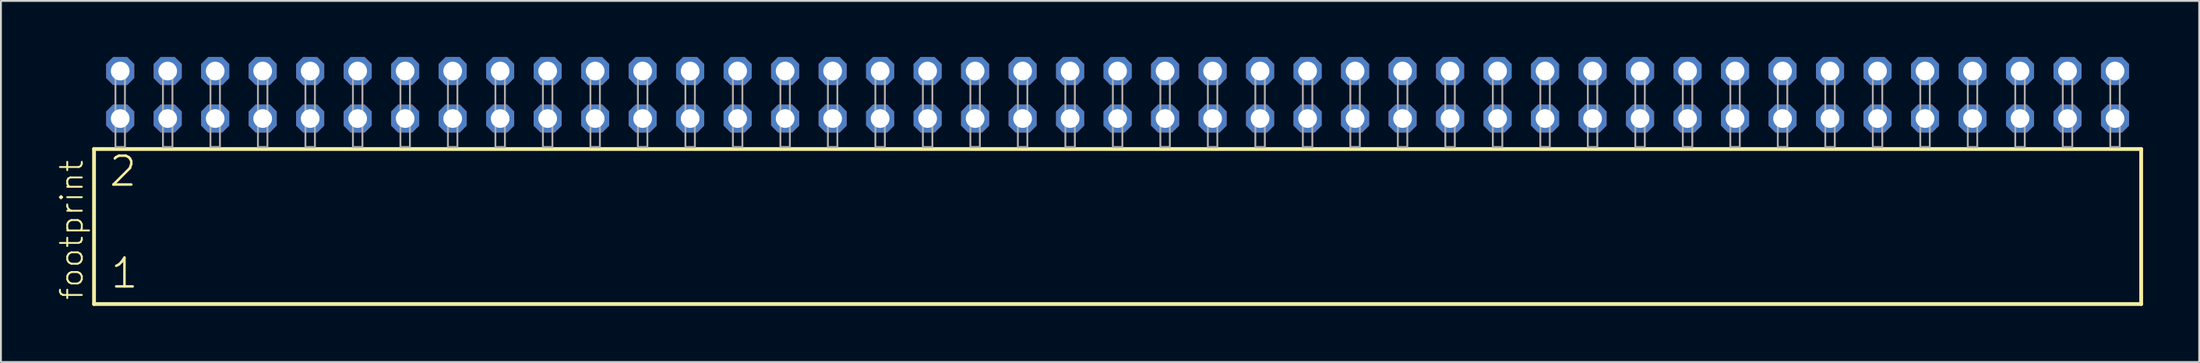
<source format=kicad_pcb>
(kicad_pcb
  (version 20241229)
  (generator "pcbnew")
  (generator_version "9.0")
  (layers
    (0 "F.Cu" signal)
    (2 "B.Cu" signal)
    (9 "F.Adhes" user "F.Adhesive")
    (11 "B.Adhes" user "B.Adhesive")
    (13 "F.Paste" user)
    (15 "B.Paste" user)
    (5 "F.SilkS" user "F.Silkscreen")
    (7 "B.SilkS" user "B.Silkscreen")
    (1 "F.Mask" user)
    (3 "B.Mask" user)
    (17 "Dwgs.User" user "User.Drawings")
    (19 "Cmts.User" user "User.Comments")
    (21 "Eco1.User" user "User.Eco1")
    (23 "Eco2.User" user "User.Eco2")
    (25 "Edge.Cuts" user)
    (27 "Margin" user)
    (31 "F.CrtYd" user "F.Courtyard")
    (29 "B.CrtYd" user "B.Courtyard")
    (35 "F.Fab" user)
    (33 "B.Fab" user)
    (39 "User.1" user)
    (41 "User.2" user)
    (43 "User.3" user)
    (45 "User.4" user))
  (footprint "footprint"
    (layer "F.Cu")
    (at 56.718 4.814)
    (property "Reference" "footprint" (at -55.245 8.255 90) (layer "F.SilkS") (effects (font (size 1.168 1.168) (thickness 0.102)) (justify left bottom)))
    (fp_line (start -54.739 0.106) (end -54.739 8.396) (stroke (width 0.203) (type solid)) (layer "F.SilkS"))
    (fp_line (start -54.739 8.396) (end 54.739 8.396) (stroke (width 0.203) (type solid)) (layer "F.SilkS"))
    (fp_line (start 54.739 0.106) (end -54.739 0.106) (stroke (width 0.203) (type solid)) (layer "F.SilkS"))
    (fp_line (start 54.739 8.396) (end 54.739 0.106) (stroke (width 0.203) (type solid)) (layer "F.SilkS"))
    (fp_poly (pts (xy -53.594 0) (xy -53.086 0) (xy -53.086 -4.318) (xy -53.594 -4.318)) (stroke (width 0.1) (type solid)) (fill no) (layer "F.Fab"))
    (fp_poly (pts (xy -51.054 0) (xy -50.546 0) (xy -50.546 -4.318) (xy -51.054 -4.318)) (stroke (width 0.1) (type solid)) (fill no) (layer "F.Fab"))
    (fp_poly (pts (xy -48.514 0) (xy -48.006 0) (xy -48.006 -4.318) (xy -48.514 -4.318)) (stroke (width 0.1) (type solid)) (fill no) (layer "F.Fab"))
    (fp_poly (pts (xy -45.974 0) (xy -45.466 0) (xy -45.466 -4.318) (xy -45.974 -4.318)) (stroke (width 0.1) (type solid)) (fill no) (layer "F.Fab"))
    (fp_poly (pts (xy -43.434 0) (xy -42.926 0) (xy -42.926 -4.318) (xy -43.434 -4.318)) (stroke (width 0.1) (type solid)) (fill no) (layer "F.Fab"))
    (fp_poly (pts (xy -40.894 0) (xy -40.386 0) (xy -40.386 -4.318) (xy -40.894 -4.318)) (stroke (width 0.1) (type solid)) (fill no) (layer "F.Fab"))
    (fp_poly (pts (xy -38.354 0) (xy -37.846 0) (xy -37.846 -4.318) (xy -38.354 -4.318)) (stroke (width 0.1) (type solid)) (fill no) (layer "F.Fab"))
    (fp_poly (pts (xy -35.814 0) (xy -35.306 0) (xy -35.306 -4.318) (xy -35.814 -4.318)) (stroke (width 0.1) (type solid)) (fill no) (layer "F.Fab"))
    (fp_poly (pts (xy -33.274 0) (xy -32.766 0) (xy -32.766 -4.318) (xy -33.274 -4.318)) (stroke (width 0.1) (type solid)) (fill no) (layer "F.Fab"))
    (fp_poly (pts (xy -30.734 0) (xy -30.226 0) (xy -30.226 -4.318) (xy -30.734 -4.318)) (stroke (width 0.1) (type solid)) (fill no) (layer "F.Fab"))
    (fp_poly (pts (xy -28.194 0) (xy -27.686 0) (xy -27.686 -4.318) (xy -28.194 -4.318)) (stroke (width 0.1) (type solid)) (fill no) (layer "F.Fab"))
    (fp_poly (pts (xy -25.654 0) (xy -25.146 0) (xy -25.146 -4.318) (xy -25.654 -4.318)) (stroke (width 0.1) (type solid)) (fill no) (layer "F.Fab"))
    (fp_poly (pts (xy -23.114 0) (xy -22.606 0) (xy -22.606 -4.318) (xy -23.114 -4.318)) (stroke (width 0.1) (type solid)) (fill no) (layer "F.Fab"))
    (fp_poly (pts (xy -20.574 0) (xy -20.066 0) (xy -20.066 -4.318) (xy -20.574 -4.318)) (stroke (width 0.1) (type solid)) (fill no) (layer "F.Fab"))
    (fp_poly (pts (xy -18.034 0) (xy -17.526 0) (xy -17.526 -4.318) (xy -18.034 -4.318)) (stroke (width 0.1) (type solid)) (fill no) (layer "F.Fab"))
    (fp_poly (pts (xy -15.494 0) (xy -14.986 0) (xy -14.986 -4.318) (xy -15.494 -4.318)) (stroke (width 0.1) (type solid)) (fill no) (layer "F.Fab"))
    (fp_poly (pts (xy -12.954 0) (xy -12.446 0) (xy -12.446 -4.318) (xy -12.954 -4.318)) (stroke (width 0.1) (type solid)) (fill no) (layer "F.Fab"))
    (fp_poly (pts (xy -10.414 0) (xy -9.906 0) (xy -9.906 -4.318) (xy -10.414 -4.318)) (stroke (width 0.1) (type solid)) (fill no) (layer "F.Fab"))
    (fp_poly (pts (xy -7.874 0) (xy -7.366 0) (xy -7.366 -4.318) (xy -7.874 -4.318)) (stroke (width 0.1) (type solid)) (fill no) (layer "F.Fab"))
    (fp_poly (pts (xy -5.334 0) (xy -4.826 0) (xy -4.826 -4.318) (xy -5.334 -4.318)) (stroke (width 0.1) (type solid)) (fill no) (layer "F.Fab"))
    (fp_poly (pts (xy -2.794 0) (xy -2.286 0) (xy -2.286 -4.318) (xy -2.794 -4.318)) (stroke (width 0.1) (type solid)) (fill no) (layer "F.Fab"))
    (fp_poly (pts (xy -0.254 0) (xy 0.254 0) (xy 0.254 -4.318) (xy -0.254 -4.318)) (stroke (width 0.1) (type solid)) (fill no) (layer "F.Fab"))
    (fp_poly (pts (xy 2.286 0) (xy 2.794 0) (xy 2.794 -4.318) (xy 2.286 -4.318)) (stroke (width 0.1) (type solid)) (fill no) (layer "F.Fab"))
    (fp_poly (pts (xy 4.826 0) (xy 5.334 0) (xy 5.334 -4.318) (xy 4.826 -4.318)) (stroke (width 0.1) (type solid)) (fill no) (layer "F.Fab"))
    (fp_poly (pts (xy 7.366 0) (xy 7.874 0) (xy 7.874 -4.318) (xy 7.366 -4.318)) (stroke (width 0.1) (type solid)) (fill no) (layer "F.Fab"))
    (fp_poly (pts (xy 9.906 0) (xy 10.414 0) (xy 10.414 -4.318) (xy 9.906 -4.318)) (stroke (width 0.1) (type solid)) (fill no) (layer "F.Fab"))
    (fp_poly (pts (xy 12.446 0) (xy 12.954 0) (xy 12.954 -4.318) (xy 12.446 -4.318)) (stroke (width 0.1) (type solid)) (fill no) (layer "F.Fab"))
    (fp_poly (pts (xy 14.986 0) (xy 15.494 0) (xy 15.494 -4.318) (xy 14.986 -4.318)) (stroke (width 0.1) (type solid)) (fill no) (layer "F.Fab"))
    (fp_poly (pts (xy 17.526 0) (xy 18.034 0) (xy 18.034 -4.318) (xy 17.526 -4.318)) (stroke (width 0.1) (type solid)) (fill no) (layer "F.Fab"))
    (fp_poly (pts (xy 20.066 0) (xy 20.574 0) (xy 20.574 -4.318) (xy 20.066 -4.318)) (stroke (width 0.1) (type solid)) (fill no) (layer "F.Fab"))
    (fp_poly (pts (xy 22.606 0) (xy 23.114 0) (xy 23.114 -4.318) (xy 22.606 -4.318)) (stroke (width 0.1) (type solid)) (fill no) (layer "F.Fab"))
    (fp_poly (pts (xy 25.146 0) (xy 25.654 0) (xy 25.654 -4.318) (xy 25.146 -4.318)) (stroke (width 0.1) (type solid)) (fill no) (layer "F.Fab"))
    (fp_poly (pts (xy 27.686 0) (xy 28.194 0) (xy 28.194 -4.318) (xy 27.686 -4.318)) (stroke (width 0.1) (type solid)) (fill no) (layer "F.Fab"))
    (fp_poly (pts (xy 30.226 0) (xy 30.734 0) (xy 30.734 -4.318) (xy 30.226 -4.318)) (stroke (width 0.1) (type solid)) (fill no) (layer "F.Fab"))
    (fp_poly (pts (xy 32.766 0) (xy 33.274 0) (xy 33.274 -4.318) (xy 32.766 -4.318)) (stroke (width 0.1) (type solid)) (fill no) (layer "F.Fab"))
    (fp_poly (pts (xy 35.306 0) (xy 35.814 0) (xy 35.814 -4.318) (xy 35.306 -4.318)) (stroke (width 0.1) (type solid)) (fill no) (layer "F.Fab"))
    (fp_poly (pts (xy 37.846 0) (xy 38.354 0) (xy 38.354 -4.318) (xy 37.846 -4.318)) (stroke (width 0.1) (type solid)) (fill no) (layer "F.Fab"))
    (fp_poly (pts (xy 40.386 0) (xy 40.894 0) (xy 40.894 -4.318) (xy 40.386 -4.318)) (stroke (width 0.1) (type solid)) (fill no) (layer "F.Fab"))
    (fp_poly (pts (xy 42.926 0) (xy 43.434 0) (xy 43.434 -4.318) (xy 42.926 -4.318)) (stroke (width 0.1) (type solid)) (fill no) (layer "F.Fab"))
    (fp_poly (pts (xy 45.466 0) (xy 45.974 0) (xy 45.974 -4.318) (xy 45.466 -4.318)) (stroke (width 0.1) (type solid)) (fill no) (layer "F.Fab"))
    (fp_poly (pts (xy 48.006 0) (xy 48.514 0) (xy 48.514 -4.318) (xy 48.006 -4.318)) (stroke (width 0.1) (type solid)) (fill no) (layer "F.Fab"))
    (fp_poly (pts (xy 50.546 0) (xy 51.054 0) (xy 51.054 -4.318) (xy 50.546 -4.318)) (stroke (width 0.1) (type solid)) (fill no) (layer "F.Fab"))
    (fp_poly (pts (xy 53.086 0) (xy 53.594 0) (xy 53.594 -4.318) (xy 53.086 -4.318)) (stroke (width 0.1) (type solid)) (fill no) (layer "F.Fab"))
    (fp_text user "2" (at -54.01 2.2 0) (layer "F.SilkS") (effects (font (size 1.542 1.542) (thickness 0.134)) (justify left bottom)))
    (fp_text user "1" (at -53.935 7.65 0) (layer "F.SilkS") (effects (font (size 1.542 1.542) (thickness 0.134)) (justify left bottom)))
    (pad "1" thru_hole roundrect (at -53.34 -1.524) (size 1.5 1.5) (drill 1) (layers "*.Cu" "*.Mask") (roundrect_rratio 0.25) (chamfer_ratio 0.25) (chamfer top_left top_right bottom_left bottom_right))
    (pad "2" thru_hole roundrect (at -53.34 -4.064) (size 1.5 1.5) (drill 1) (layers "*.Cu" "*.Mask") (roundrect_rratio 0.25) (chamfer_ratio 0.25) (chamfer top_left top_right bottom_left bottom_right))
    (pad "3" thru_hole roundrect (at -50.8 -1.524) (size 1.5 1.5) (drill 1) (layers "*.Cu" "*.Mask") (roundrect_rratio 0.25) (chamfer_ratio 0.25) (chamfer top_left top_right bottom_left bottom_right))
    (pad "4" thru_hole roundrect (at -50.8 -4.064) (size 1.5 1.5) (drill 1) (layers "*.Cu" "*.Mask") (roundrect_rratio 0.25) (chamfer_ratio 0.25) (chamfer top_left top_right bottom_left bottom_right))
    (pad "5" thru_hole roundrect (at -48.26 -1.524) (size 1.5 1.5) (drill 1) (layers "*.Cu" "*.Mask") (roundrect_rratio 0.25) (chamfer_ratio 0.25) (chamfer top_left top_right bottom_left bottom_right))
    (pad "6" thru_hole roundrect (at -48.26 -4.064) (size 1.5 1.5) (drill 1) (layers "*.Cu" "*.Mask") (roundrect_rratio 0.25) (chamfer_ratio 0.25) (chamfer top_left top_right bottom_left bottom_right))
    (pad "7" thru_hole roundrect (at -45.72 -1.524) (size 1.5 1.5) (drill 1) (layers "*.Cu" "*.Mask") (roundrect_rratio 0.25) (chamfer_ratio 0.25) (chamfer top_left top_right bottom_left bottom_right))
    (pad "8" thru_hole roundrect (at -45.72 -4.064) (size 1.5 1.5) (drill 1) (layers "*.Cu" "*.Mask") (roundrect_rratio 0.25) (chamfer_ratio 0.25) (chamfer top_left top_right bottom_left bottom_right))
    (pad "9" thru_hole roundrect (at -43.18 -1.524) (size 1.5 1.5) (drill 1) (layers "*.Cu" "*.Mask") (roundrect_rratio 0.25) (chamfer_ratio 0.25) (chamfer top_left top_right bottom_left bottom_right))
    (pad "10" thru_hole roundrect (at -43.18 -4.064) (size 1.5 1.5) (drill 1) (layers "*.Cu" "*.Mask") (roundrect_rratio 0.25) (chamfer_ratio 0.25) (chamfer top_left top_right bottom_left bottom_right))
    (pad "11" thru_hole roundrect (at -40.64 -1.524) (size 1.5 1.5) (drill 1) (layers "*.Cu" "*.Mask") (roundrect_rratio 0.25) (chamfer_ratio 0.25) (chamfer top_left top_right bottom_left bottom_right))
    (pad "12" thru_hole roundrect (at -40.64 -4.064) (size 1.5 1.5) (drill 1) (layers "*.Cu" "*.Mask") (roundrect_rratio 0.25) (chamfer_ratio 0.25) (chamfer top_left top_right bottom_left bottom_right))
    (pad "13" thru_hole roundrect (at -38.1 -1.524) (size 1.5 1.5) (drill 1) (layers "*.Cu" "*.Mask") (roundrect_rratio 0.25) (chamfer_ratio 0.25) (chamfer top_left top_right bottom_left bottom_right))
    (pad "14" thru_hole roundrect (at -38.1 -4.064) (size 1.5 1.5) (drill 1) (layers "*.Cu" "*.Mask") (roundrect_rratio 0.25) (chamfer_ratio 0.25) (chamfer top_left top_right bottom_left bottom_right))
    (pad "15" thru_hole roundrect (at -35.56 -1.524) (size 1.5 1.5) (drill 1) (layers "*.Cu" "*.Mask") (roundrect_rratio 0.25) (chamfer_ratio 0.25) (chamfer top_left top_right bottom_left bottom_right))
    (pad "16" thru_hole roundrect (at -35.56 -4.064) (size 1.5 1.5) (drill 1) (layers "*.Cu" "*.Mask") (roundrect_rratio 0.25) (chamfer_ratio 0.25) (chamfer top_left top_right bottom_left bottom_right))
    (pad "17" thru_hole roundrect (at -33.02 -1.524) (size 1.5 1.5) (drill 1) (layers "*.Cu" "*.Mask") (roundrect_rratio 0.25) (chamfer_ratio 0.25) (chamfer top_left top_right bottom_left bottom_right))
    (pad "18" thru_hole roundrect (at -33.02 -4.064) (size 1.5 1.5) (drill 1) (layers "*.Cu" "*.Mask") (roundrect_rratio 0.25) (chamfer_ratio 0.25) (chamfer top_left top_right bottom_left bottom_right))
    (pad "19" thru_hole roundrect (at -30.48 -1.524) (size 1.5 1.5) (drill 1) (layers "*.Cu" "*.Mask") (roundrect_rratio 0.25) (chamfer_ratio 0.25) (chamfer top_left top_right bottom_left bottom_right))
    (pad "20" thru_hole roundrect (at -30.48 -4.064) (size 1.5 1.5) (drill 1) (layers "*.Cu" "*.Mask") (roundrect_rratio 0.25) (chamfer_ratio 0.25) (chamfer top_left top_right bottom_left bottom_right))
    (pad "21" thru_hole roundrect (at -27.94 -1.524) (size 1.5 1.5) (drill 1) (layers "*.Cu" "*.Mask") (roundrect_rratio 0.25) (chamfer_ratio 0.25) (chamfer top_left top_right bottom_left bottom_right))
    (pad "22" thru_hole roundrect (at -27.94 -4.064) (size 1.5 1.5) (drill 1) (layers "*.Cu" "*.Mask") (roundrect_rratio 0.25) (chamfer_ratio 0.25) (chamfer top_left top_right bottom_left bottom_right))
    (pad "23" thru_hole roundrect (at -25.4 -1.524) (size 1.5 1.5) (drill 1) (layers "*.Cu" "*.Mask") (roundrect_rratio 0.25) (chamfer_ratio 0.25) (chamfer top_left top_right bottom_left bottom_right))
    (pad "24" thru_hole roundrect (at -25.4 -4.064) (size 1.5 1.5) (drill 1) (layers "*.Cu" "*.Mask") (roundrect_rratio 0.25) (chamfer_ratio 0.25) (chamfer top_left top_right bottom_left bottom_right))
    (pad "25" thru_hole roundrect (at -22.86 -1.524) (size 1.5 1.5) (drill 1) (layers "*.Cu" "*.Mask") (roundrect_rratio 0.25) (chamfer_ratio 0.25) (chamfer top_left top_right bottom_left bottom_right))
    (pad "26" thru_hole roundrect (at -22.86 -4.064) (size 1.5 1.5) (drill 1) (layers "*.Cu" "*.Mask") (roundrect_rratio 0.25) (chamfer_ratio 0.25) (chamfer top_left top_right bottom_left bottom_right))
    (pad "27" thru_hole roundrect (at -20.32 -1.524) (size 1.5 1.5) (drill 1) (layers "*.Cu" "*.Mask") (roundrect_rratio 0.25) (chamfer_ratio 0.25) (chamfer top_left top_right bottom_left bottom_right))
    (pad "28" thru_hole roundrect (at -20.32 -4.064) (size 1.5 1.5) (drill 1) (layers "*.Cu" "*.Mask") (roundrect_rratio 0.25) (chamfer_ratio 0.25) (chamfer top_left top_right bottom_left bottom_right))
    (pad "29" thru_hole roundrect (at -17.78 -1.524) (size 1.5 1.5) (drill 1) (layers "*.Cu" "*.Mask") (roundrect_rratio 0.25) (chamfer_ratio 0.25) (chamfer top_left top_right bottom_left bottom_right))
    (pad "30" thru_hole roundrect (at -17.78 -4.064) (size 1.5 1.5) (drill 1) (layers "*.Cu" "*.Mask") (roundrect_rratio 0.25) (chamfer_ratio 0.25) (chamfer top_left top_right bottom_left bottom_right))
    (pad "31" thru_hole roundrect (at -15.24 -1.524) (size 1.5 1.5) (drill 1) (layers "*.Cu" "*.Mask") (roundrect_rratio 0.25) (chamfer_ratio 0.25) (chamfer top_left top_right bottom_left bottom_right))
    (pad "32" thru_hole roundrect (at -15.24 -4.064) (size 1.5 1.5) (drill 1) (layers "*.Cu" "*.Mask") (roundrect_rratio 0.25) (chamfer_ratio 0.25) (chamfer top_left top_right bottom_left bottom_right))
    (pad "33" thru_hole roundrect (at -12.7 -1.524) (size 1.5 1.5) (drill 1) (layers "*.Cu" "*.Mask") (roundrect_rratio 0.25) (chamfer_ratio 0.25) (chamfer top_left top_right bottom_left bottom_right))
    (pad "34" thru_hole roundrect (at -12.7 -4.064) (size 1.5 1.5) (drill 1) (layers "*.Cu" "*.Mask") (roundrect_rratio 0.25) (chamfer_ratio 0.25) (chamfer top_left top_right bottom_left bottom_right))
    (pad "35" thru_hole roundrect (at -10.16 -1.524) (size 1.5 1.5) (drill 1) (layers "*.Cu" "*.Mask") (roundrect_rratio 0.25) (chamfer_ratio 0.25) (chamfer top_left top_right bottom_left bottom_right))
    (pad "36" thru_hole roundrect (at -10.16 -4.064) (size 1.5 1.5) (drill 1) (layers "*.Cu" "*.Mask") (roundrect_rratio 0.25) (chamfer_ratio 0.25) (chamfer top_left top_right bottom_left bottom_right))
    (pad "37" thru_hole roundrect (at -7.62 -1.524) (size 1.5 1.5) (drill 1) (layers "*.Cu" "*.Mask") (roundrect_rratio 0.25) (chamfer_ratio 0.25) (chamfer top_left top_right bottom_left bottom_right))
    (pad "38" thru_hole roundrect (at -7.62 -4.064) (size 1.5 1.5) (drill 1) (layers "*.Cu" "*.Mask") (roundrect_rratio 0.25) (chamfer_ratio 0.25) (chamfer top_left top_right bottom_left bottom_right))
    (pad "39" thru_hole roundrect (at -5.08 -1.524) (size 1.5 1.5) (drill 1) (layers "*.Cu" "*.Mask") (roundrect_rratio 0.25) (chamfer_ratio 0.25) (chamfer top_left top_right bottom_left bottom_right))
    (pad "40" thru_hole roundrect (at -5.08 -4.064) (size 1.5 1.5) (drill 1) (layers "*.Cu" "*.Mask") (roundrect_rratio 0.25) (chamfer_ratio 0.25) (chamfer top_left top_right bottom_left bottom_right))
    (pad "41" thru_hole roundrect (at -2.54 -1.524) (size 1.5 1.5) (drill 1) (layers "*.Cu" "*.Mask") (roundrect_rratio 0.25) (chamfer_ratio 0.25) (chamfer top_left top_right bottom_left bottom_right))
    (pad "42" thru_hole roundrect (at -2.54 -4.064) (size 1.5 1.5) (drill 1) (layers "*.Cu" "*.Mask") (roundrect_rratio 0.25) (chamfer_ratio 0.25) (chamfer top_left top_right bottom_left bottom_right))
    (pad "43" thru_hole roundrect (at 0 -1.524) (size 1.5 1.5) (drill 1) (layers "*.Cu" "*.Mask") (roundrect_rratio 0.25) (chamfer_ratio 0.25) (chamfer top_left top_right bottom_left bottom_right))
    (pad "44" thru_hole roundrect (at 0 -4.064) (size 1.5 1.5) (drill 1) (layers "*.Cu" "*.Mask") (roundrect_rratio 0.25) (chamfer_ratio 0.25) (chamfer top_left top_right bottom_left bottom_right))
    (pad "45" thru_hole roundrect (at 2.54 -1.524) (size 1.5 1.5) (drill 1) (layers "*.Cu" "*.Mask") (roundrect_rratio 0.25) (chamfer_ratio 0.25) (chamfer top_left top_right bottom_left bottom_right))
    (pad "46" thru_hole roundrect (at 2.54 -4.064) (size 1.5 1.5) (drill 1) (layers "*.Cu" "*.Mask") (roundrect_rratio 0.25) (chamfer_ratio 0.25) (chamfer top_left top_right bottom_left bottom_right))
    (pad "47" thru_hole roundrect (at 5.08 -1.524) (size 1.5 1.5) (drill 1) (layers "*.Cu" "*.Mask") (roundrect_rratio 0.25) (chamfer_ratio 0.25) (chamfer top_left top_right bottom_left bottom_right))
    (pad "48" thru_hole roundrect (at 5.08 -4.064) (size 1.5 1.5) (drill 1) (layers "*.Cu" "*.Mask") (roundrect_rratio 0.25) (chamfer_ratio 0.25) (chamfer top_left top_right bottom_left bottom_right))
    (pad "49" thru_hole roundrect (at 7.62 -1.524) (size 1.5 1.5) (drill 1) (layers "*.Cu" "*.Mask") (roundrect_rratio 0.25) (chamfer_ratio 0.25) (chamfer top_left top_right bottom_left bottom_right))
    (pad "50" thru_hole roundrect (at 7.62 -4.064) (size 1.5 1.5) (drill 1) (layers "*.Cu" "*.Mask") (roundrect_rratio 0.25) (chamfer_ratio 0.25) (chamfer top_left top_right bottom_left bottom_right))
    (pad "51" thru_hole roundrect (at 10.16 -1.524) (size 1.5 1.5) (drill 1) (layers "*.Cu" "*.Mask") (roundrect_rratio 0.25) (chamfer_ratio 0.25) (chamfer top_left top_right bottom_left bottom_right))
    (pad "52" thru_hole roundrect (at 10.16 -4.064) (size 1.5 1.5) (drill 1) (layers "*.Cu" "*.Mask") (roundrect_rratio 0.25) (chamfer_ratio 0.25) (chamfer top_left top_right bottom_left bottom_right))
    (pad "53" thru_hole roundrect (at 12.7 -1.524) (size 1.5 1.5) (drill 1) (layers "*.Cu" "*.Mask") (roundrect_rratio 0.25) (chamfer_ratio 0.25) (chamfer top_left top_right bottom_left bottom_right))
    (pad "54" thru_hole roundrect (at 12.7 -4.064) (size 1.5 1.5) (drill 1) (layers "*.Cu" "*.Mask") (roundrect_rratio 0.25) (chamfer_ratio 0.25) (chamfer top_left top_right bottom_left bottom_right))
    (pad "55" thru_hole roundrect (at 15.24 -1.524) (size 1.5 1.5) (drill 1) (layers "*.Cu" "*.Mask") (roundrect_rratio 0.25) (chamfer_ratio 0.25) (chamfer top_left top_right bottom_left bottom_right))
    (pad "56" thru_hole roundrect (at 15.24 -4.064) (size 1.5 1.5) (drill 1) (layers "*.Cu" "*.Mask") (roundrect_rratio 0.25) (chamfer_ratio 0.25) (chamfer top_left top_right bottom_left bottom_right))
    (pad "57" thru_hole roundrect (at 17.78 -1.524) (size 1.5 1.5) (drill 1) (layers "*.Cu" "*.Mask") (roundrect_rratio 0.25) (chamfer_ratio 0.25) (chamfer top_left top_right bottom_left bottom_right))
    (pad "58" thru_hole roundrect (at 17.78 -4.064) (size 1.5 1.5) (drill 1) (layers "*.Cu" "*.Mask") (roundrect_rratio 0.25) (chamfer_ratio 0.25) (chamfer top_left top_right bottom_left bottom_right))
    (pad "59" thru_hole roundrect (at 20.32 -1.524) (size 1.5 1.5) (drill 1) (layers "*.Cu" "*.Mask") (roundrect_rratio 0.25) (chamfer_ratio 0.25) (chamfer top_left top_right bottom_left bottom_right))
    (pad "60" thru_hole roundrect (at 20.32 -4.064) (size 1.5 1.5) (drill 1) (layers "*.Cu" "*.Mask") (roundrect_rratio 0.25) (chamfer_ratio 0.25) (chamfer top_left top_right bottom_left bottom_right))
    (pad "61" thru_hole roundrect (at 22.86 -1.524) (size 1.5 1.5) (drill 1) (layers "*.Cu" "*.Mask") (roundrect_rratio 0.25) (chamfer_ratio 0.25) (chamfer top_left top_right bottom_left bottom_right))
    (pad "62" thru_hole roundrect (at 22.86 -4.064) (size 1.5 1.5) (drill 1) (layers "*.Cu" "*.Mask") (roundrect_rratio 0.25) (chamfer_ratio 0.25) (chamfer top_left top_right bottom_left bottom_right))
    (pad "63" thru_hole roundrect (at 25.4 -1.524) (size 1.5 1.5) (drill 1) (layers "*.Cu" "*.Mask") (roundrect_rratio 0.25) (chamfer_ratio 0.25) (chamfer top_left top_right bottom_left bottom_right))
    (pad "64" thru_hole roundrect (at 25.4 -4.064) (size 1.5 1.5) (drill 1) (layers "*.Cu" "*.Mask") (roundrect_rratio 0.25) (chamfer_ratio 0.25) (chamfer top_left top_right bottom_left bottom_right))
    (pad "65" thru_hole roundrect (at 27.94 -1.524) (size 1.5 1.5) (drill 1) (layers "*.Cu" "*.Mask") (roundrect_rratio 0.25) (chamfer_ratio 0.25) (chamfer top_left top_right bottom_left bottom_right))
    (pad "66" thru_hole roundrect (at 27.94 -4.064) (size 1.5 1.5) (drill 1) (layers "*.Cu" "*.Mask") (roundrect_rratio 0.25) (chamfer_ratio 0.25) (chamfer top_left top_right bottom_left bottom_right))
    (pad "67" thru_hole roundrect (at 30.48 -1.524) (size 1.5 1.5) (drill 1) (layers "*.Cu" "*.Mask") (roundrect_rratio 0.25) (chamfer_ratio 0.25) (chamfer top_left top_right bottom_left bottom_right))
    (pad "68" thru_hole roundrect (at 30.48 -4.064) (size 1.5 1.5) (drill 1) (layers "*.Cu" "*.Mask") (roundrect_rratio 0.25) (chamfer_ratio 0.25) (chamfer top_left top_right bottom_left bottom_right))
    (pad "69" thru_hole roundrect (at 33.02 -1.524) (size 1.5 1.5) (drill 1) (layers "*.Cu" "*.Mask") (roundrect_rratio 0.25) (chamfer_ratio 0.25) (chamfer top_left top_right bottom_left bottom_right))
    (pad "70" thru_hole roundrect (at 33.02 -4.064) (size 1.5 1.5) (drill 1) (layers "*.Cu" "*.Mask") (roundrect_rratio 0.25) (chamfer_ratio 0.25) (chamfer top_left top_right bottom_left bottom_right))
    (pad "71" thru_hole roundrect (at 35.56 -1.524) (size 1.5 1.5) (drill 1) (layers "*.Cu" "*.Mask") (roundrect_rratio 0.25) (chamfer_ratio 0.25) (chamfer top_left top_right bottom_left bottom_right))
    (pad "72" thru_hole roundrect (at 35.56 -4.064) (size 1.5 1.5) (drill 1) (layers "*.Cu" "*.Mask") (roundrect_rratio 0.25) (chamfer_ratio 0.25) (chamfer top_left top_right bottom_left bottom_right))
    (pad "73" thru_hole roundrect (at 38.1 -1.524) (size 1.5 1.5) (drill 1) (layers "*.Cu" "*.Mask") (roundrect_rratio 0.25) (chamfer_ratio 0.25) (chamfer top_left top_right bottom_left bottom_right))
    (pad "74" thru_hole roundrect (at 38.1 -4.064) (size 1.5 1.5) (drill 1) (layers "*.Cu" "*.Mask") (roundrect_rratio 0.25) (chamfer_ratio 0.25) (chamfer top_left top_right bottom_left bottom_right))
    (pad "75" thru_hole roundrect (at 40.64 -1.524) (size 1.5 1.5) (drill 1) (layers "*.Cu" "*.Mask") (roundrect_rratio 0.25) (chamfer_ratio 0.25) (chamfer top_left top_right bottom_left bottom_right))
    (pad "76" thru_hole roundrect (at 40.64 -4.064) (size 1.5 1.5) (drill 1) (layers "*.Cu" "*.Mask") (roundrect_rratio 0.25) (chamfer_ratio 0.25) (chamfer top_left top_right bottom_left bottom_right))
    (pad "77" thru_hole roundrect (at 43.18 -1.524) (size 1.5 1.5) (drill 1) (layers "*.Cu" "*.Mask") (roundrect_rratio 0.25) (chamfer_ratio 0.25) (chamfer top_left top_right bottom_left bottom_right))
    (pad "78" thru_hole roundrect (at 43.18 -4.064) (size 1.5 1.5) (drill 1) (layers "*.Cu" "*.Mask") (roundrect_rratio 0.25) (chamfer_ratio 0.25) (chamfer top_left top_right bottom_left bottom_right))
    (pad "79" thru_hole roundrect (at 45.72 -1.524) (size 1.5 1.5) (drill 1) (layers "*.Cu" "*.Mask") (roundrect_rratio 0.25) (chamfer_ratio 0.25) (chamfer top_left top_right bottom_left bottom_right))
    (pad "80" thru_hole roundrect (at 45.72 -4.064) (size 1.5 1.5) (drill 1) (layers "*.Cu" "*.Mask") (roundrect_rratio 0.25) (chamfer_ratio 0.25) (chamfer top_left top_right bottom_left bottom_right))
    (pad "81" thru_hole roundrect (at 48.26 -1.524) (size 1.5 1.5) (drill 1) (layers "*.Cu" "*.Mask") (roundrect_rratio 0.25) (chamfer_ratio 0.25) (chamfer top_left top_right bottom_left bottom_right))
    (pad "82" thru_hole roundrect (at 48.26 -4.064) (size 1.5 1.5) (drill 1) (layers "*.Cu" "*.Mask") (roundrect_rratio 0.25) (chamfer_ratio 0.25) (chamfer top_left top_right bottom_left bottom_right))
    (pad "83" thru_hole roundrect (at 50.8 -1.524) (size 1.5 1.5) (drill 1) (layers "*.Cu" "*.Mask") (roundrect_rratio 0.25) (chamfer_ratio 0.25) (chamfer top_left top_right bottom_left bottom_right))
    (pad "84" thru_hole roundrect (at 50.8 -4.064) (size 1.5 1.5) (drill 1) (layers "*.Cu" "*.Mask") (roundrect_rratio 0.25) (chamfer_ratio 0.25) (chamfer top_left top_right bottom_left bottom_right))
    (pad "85" thru_hole roundrect (at 53.34 -1.524) (size 1.5 1.5) (drill 1) (layers "*.Cu" "*.Mask") (roundrect_rratio 0.25) (chamfer_ratio 0.25) (chamfer top_left top_right bottom_left bottom_right))
    (pad "86" thru_hole roundrect (at 53.34 -4.064) (size 1.5 1.5) (drill 1) (layers "*.Cu" "*.Mask") (roundrect_rratio 0.25) (chamfer_ratio 0.25) (chamfer top_left top_right bottom_left bottom_right)))
  (gr_rect
    (start -3 -3)
    (end 114.559 16.312)
    (stroke (width 0.1) (type default))
    (fill no)
    (layer "Edge.Cuts")))
</source>
